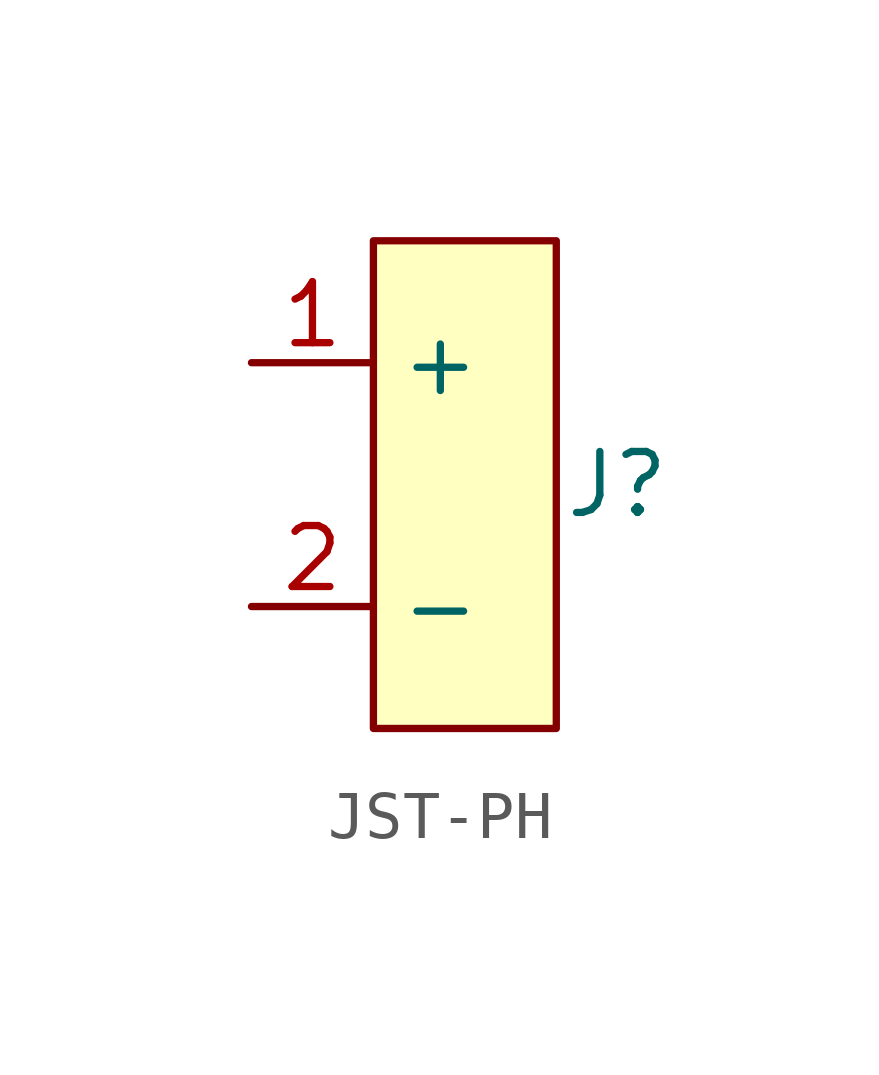
<source format=kicad_sym>
(kicad_symbol_lib
  (version 20241209)
  (generator "kicad_symbol_editor")
  (generator_version "9.0")
  (symbol "JST-PH"
    (property "Reference" "J"
      (at 4.445 -3.175 0)
      (effects (font (size 1.27 1.27))))
    (property "Value" ""
      (at 0 0 0)
      (effects (font (size 1.27 1.27))))
    (symbol "JST-PH_1_1"
      (rectangle (start 3.175 1.905) (end -0.635 -8.255) (stroke (width 0) (type solid)) (fill (type background)))
      (pin input line (at -3.175 -0.635 0) (length 2.54) (name "+" (effects (font (size 1.27 1.27)))) (number "1" (effects (font (size 1.27 1.27)))))
      (pin input line (at -3.175 -5.715 0) (length 2.54) (name "-" (effects (font (size 1.27 1.27)))) (number "2" (effects (font (size 1.27 1.27))))))))
</source>
